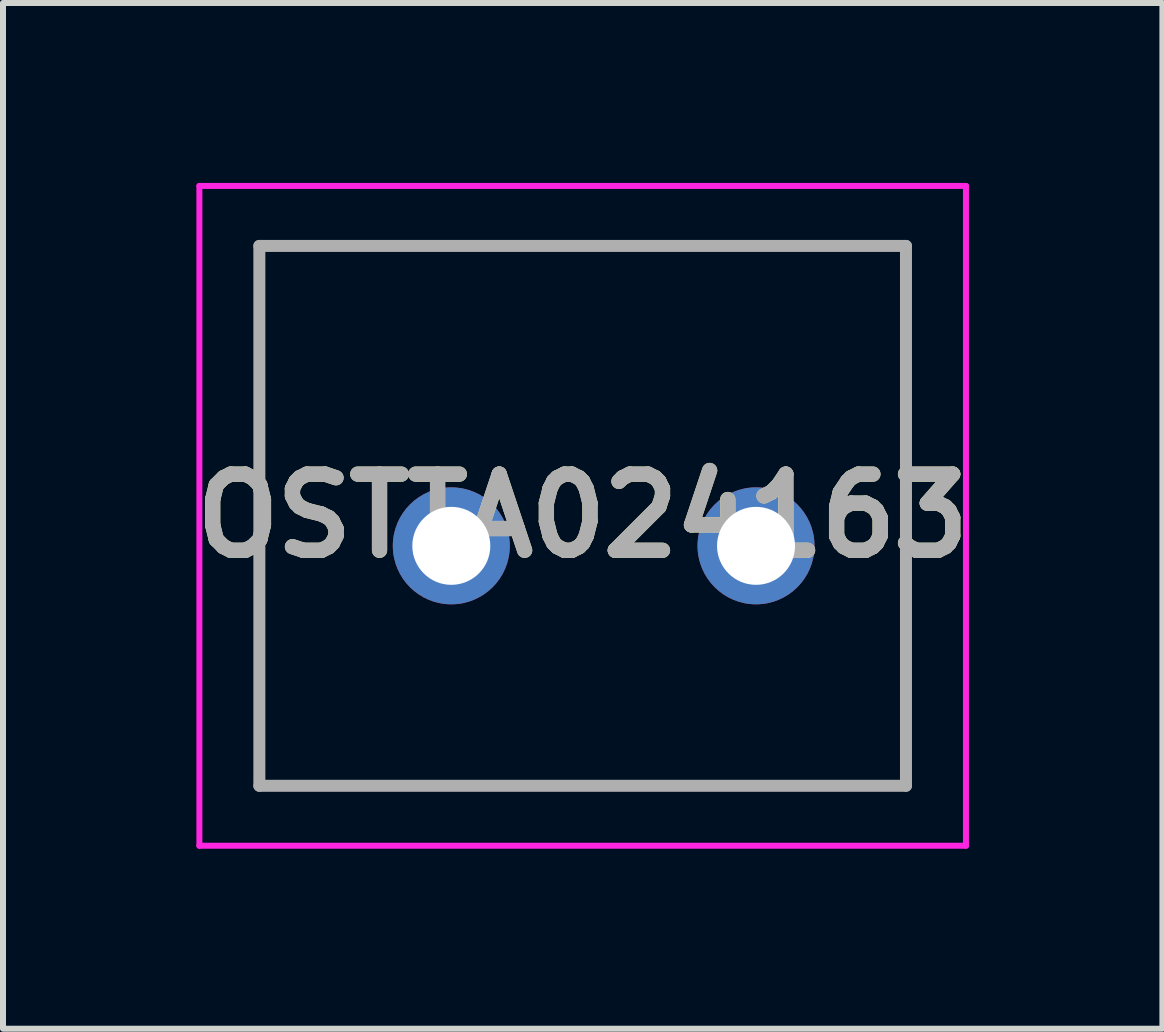
<source format=kicad_pcb>
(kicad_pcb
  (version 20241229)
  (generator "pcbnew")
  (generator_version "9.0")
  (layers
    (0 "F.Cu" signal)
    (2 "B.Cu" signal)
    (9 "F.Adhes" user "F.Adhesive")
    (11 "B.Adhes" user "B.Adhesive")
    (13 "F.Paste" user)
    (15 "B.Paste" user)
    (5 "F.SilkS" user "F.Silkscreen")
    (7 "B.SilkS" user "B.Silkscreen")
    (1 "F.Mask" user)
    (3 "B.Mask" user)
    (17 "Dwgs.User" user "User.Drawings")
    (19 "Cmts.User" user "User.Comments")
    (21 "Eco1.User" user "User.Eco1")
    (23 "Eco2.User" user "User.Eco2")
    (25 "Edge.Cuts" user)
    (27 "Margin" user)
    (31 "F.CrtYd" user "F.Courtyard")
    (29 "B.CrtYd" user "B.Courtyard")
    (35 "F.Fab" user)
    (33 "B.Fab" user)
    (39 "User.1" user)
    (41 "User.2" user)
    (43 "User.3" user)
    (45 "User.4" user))
  (footprint "OSTTA024163"
    (layer "F.Cu")
    (at 4.474 6.05)
    (property "Reference" "OSTTA024163" (at 2.19 -0.5 0) (layer "F.SilkS") (effects (font (size 1.27 1.27) (thickness 0.254))))
    (attr through_hole)
    (fp_line (start -3.2 -5) (end 7.58 -5) (stroke (width 0.1) (type solid)) (layer "F.SilkS"))
    (fp_line (start -3.2 4) (end -3.2 -5) (stroke (width 0.1) (type solid)) (layer "F.SilkS"))
    (fp_line (start 7.58 -5) (end 7.58 4) (stroke (width 0.1) (type solid)) (layer "F.SilkS"))
    (fp_line (start 7.58 4) (end -3.2 4) (stroke (width 0.1) (type solid)) (layer "F.SilkS"))
    (fp_line (start -4.2 -6) (end 8.58 -6) (stroke (width 0.1) (type solid)) (layer "F.CrtYd"))
    (fp_line (start -4.2 5) (end -4.2 -6) (stroke (width 0.1) (type solid)) (layer "F.CrtYd"))
    (fp_line (start 8.58 -6) (end 8.58 5) (stroke (width 0.1) (type solid)) (layer "F.CrtYd"))
    (fp_line (start 8.58 5) (end -4.2 5) (stroke (width 0.1) (type solid)) (layer "F.CrtYd"))
    (fp_line (start -3.2 -5) (end 7.58 -5) (stroke (width 0.2) (type solid)) (layer "F.Fab"))
    (fp_line (start -3.2 4) (end -3.2 -5) (stroke (width 0.2) (type solid)) (layer "F.Fab"))
    (fp_line (start 7.58 -5) (end 7.58 4) (stroke (width 0.2) (type solid)) (layer "F.Fab"))
    (fp_line (start 7.58 4) (end -3.2 4) (stroke (width 0.2) (type solid)) (layer "F.Fab"))
    (fp_text user "${REFERENCE}" (at 2.19 -0.5 0) (layer "F.Fab") (effects (font (size 1.27 1.27) (thickness 0.254))))
    (pad "1" thru_hole circle (at 0 0) (size 1.95 1.95) (drill 1.3) (layers "*.Cu" "*.Mask"))
    (pad "2" thru_hole circle (at 5.08 0) (size 1.95 1.95) (drill 1.3) (layers "*.Cu" "*.Mask")))
  (gr_rect
    (start -3 -3)
    (end 16.329 14.1)
    (stroke (width 0.1) (type default))
    (fill no)
    (layer "Edge.Cuts")))
</source>
